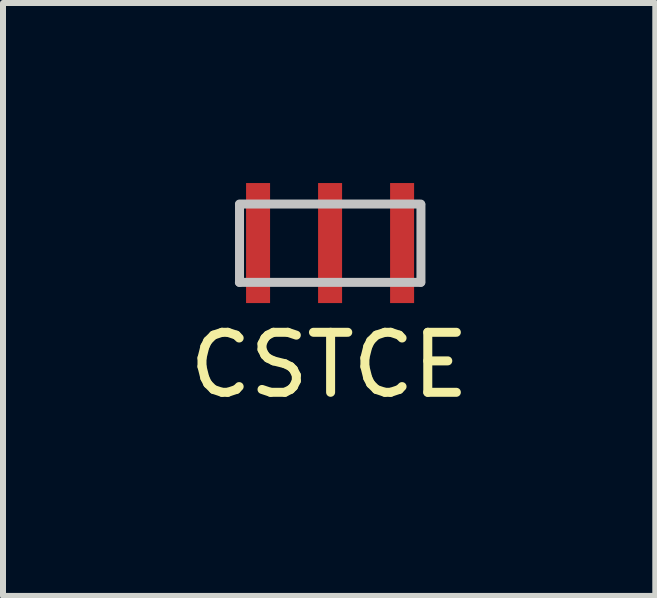
<source format=kicad_pcb>
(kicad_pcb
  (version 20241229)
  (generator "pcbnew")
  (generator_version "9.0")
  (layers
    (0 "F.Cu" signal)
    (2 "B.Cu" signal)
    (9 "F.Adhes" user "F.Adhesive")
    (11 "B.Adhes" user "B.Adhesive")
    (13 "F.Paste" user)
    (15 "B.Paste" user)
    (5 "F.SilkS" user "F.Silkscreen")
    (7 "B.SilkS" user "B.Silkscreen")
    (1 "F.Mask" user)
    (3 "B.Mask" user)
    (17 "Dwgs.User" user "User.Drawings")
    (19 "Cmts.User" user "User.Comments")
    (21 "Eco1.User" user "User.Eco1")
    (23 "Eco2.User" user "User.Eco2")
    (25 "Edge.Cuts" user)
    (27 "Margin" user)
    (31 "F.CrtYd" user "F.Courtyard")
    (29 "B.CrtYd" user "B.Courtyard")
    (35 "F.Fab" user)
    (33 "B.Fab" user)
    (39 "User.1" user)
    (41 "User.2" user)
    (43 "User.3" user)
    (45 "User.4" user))
  (footprint "CSTCE"
    (layer "F.Cu")
    (at 2.45 1)
    (property "Reference" "CSTCE" (at -0.015 2.032 0) (layer "F.SilkS") (effects (font (size 1 1) (thickness 0.15))))
    (attr through_hole)
    (fp_line (start -1.511 0.655) (end 1.509 0.655) (stroke (width 0.15) (type solid)) (layer "Dwgs.User"))
    (fp_line (start -1.51 -0.65) (end 1.51 -0.65) (stroke (width 0.15) (type solid)) (layer "Dwgs.User"))
    (fp_line (start -1.509 0.655) (end -1.509 -0.638) (stroke (width 0.15) (type solid)) (layer "Dwgs.User"))
    (fp_line (start 1.514 0.653) (end 1.514 -0.64) (stroke (width 0.15) (type solid)) (layer "Dwgs.User"))
    (pad "1" smd rect (at -1.2 0) (size 0.4 2) (layers "F.Cu" "F.Mask" "F.Paste"))
    (pad "2" smd rect (at 0 0) (size 0.4 2) (layers "F.Cu" "F.Mask" "F.Paste"))
    (pad "3" smd rect (at 1.2 0) (size 0.4 2) (layers "F.Cu" "F.Mask" "F.Paste")))
  (gr_rect
    (start -3 -3)
    (end 7.869 6.88)
    (stroke (width 0.1) (type default))
    (fill no)
    (layer "Edge.Cuts")))
</source>
